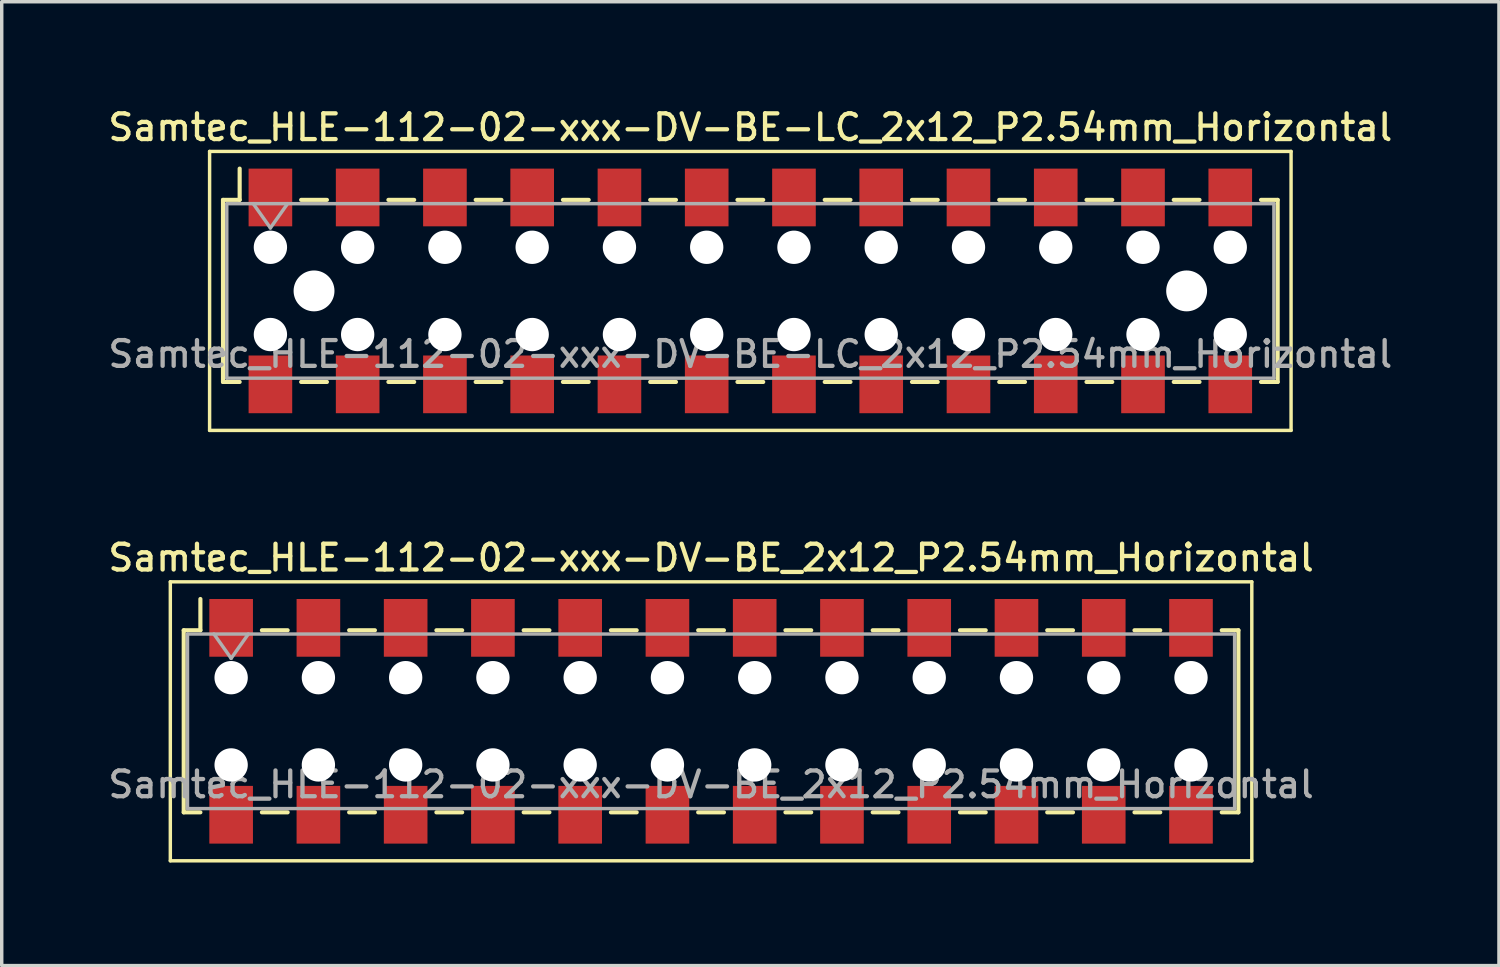
<source format=kicad_pcb>
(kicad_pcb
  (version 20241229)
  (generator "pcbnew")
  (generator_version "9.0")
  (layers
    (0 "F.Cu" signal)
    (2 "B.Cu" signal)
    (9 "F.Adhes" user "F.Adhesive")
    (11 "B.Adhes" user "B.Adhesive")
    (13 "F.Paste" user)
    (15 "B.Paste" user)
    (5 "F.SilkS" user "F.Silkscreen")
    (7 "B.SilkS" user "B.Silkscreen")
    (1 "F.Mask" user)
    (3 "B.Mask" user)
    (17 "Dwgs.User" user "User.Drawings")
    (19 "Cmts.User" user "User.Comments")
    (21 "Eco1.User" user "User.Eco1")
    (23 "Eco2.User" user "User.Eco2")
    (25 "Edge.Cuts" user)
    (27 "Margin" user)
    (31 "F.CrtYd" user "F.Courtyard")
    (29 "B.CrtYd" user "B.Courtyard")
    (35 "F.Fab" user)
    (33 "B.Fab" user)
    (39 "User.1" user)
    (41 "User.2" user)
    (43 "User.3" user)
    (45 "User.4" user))
  (footprint "Samtec_HLE-112-02-xxx-DV-BE-LC_2x12_P2.54mm_Horizontal"
    (layer "F.Cu")
    (at 18.791 5.418)
    (property "Reference" "Samtec_HLE-112-02-xxx-DV-BE-LC_2x12_P2.54mm_Horizontal" (at 0 -4.76 0) (layer "F.SilkS") (effects (font (size 0.75 0.75) (thickness 0.125))))
    (attr smd)
    (fp_line (start -15.74 -4.06) (end 15.74 -4.06) (stroke (width 0.1) (type solid)) (layer "F.SilkS"))
    (fp_line (start -15.74 4.06) (end -15.74 -4.06) (stroke (width 0.1) (type solid)) (layer "F.SilkS"))
    (fp_line (start -15.35 -2.65) (end -15.35 2.65) (stroke (width 0.12) (type solid)) (layer "F.SilkS"))
    (fp_line (start -15.35 2.65) (end -14.865 2.65) (stroke (width 0.12) (type solid)) (layer "F.SilkS"))
    (fp_line (start -14.865 -3.56) (end -14.865 -2.65) (stroke (width 0.12) (type solid)) (layer "F.SilkS"))
    (fp_line (start -14.865 -2.65) (end -15.35 -2.65) (stroke (width 0.12) (type solid)) (layer "F.SilkS"))
    (fp_line (start -13.075 -2.65) (end -12.325 -2.65) (stroke (width 0.12) (type solid)) (layer "F.SilkS"))
    (fp_line (start -13.075 2.65) (end -12.325 2.65) (stroke (width 0.12) (type solid)) (layer "F.SilkS"))
    (fp_line (start -10.535 -2.65) (end -9.785 -2.65) (stroke (width 0.12) (type solid)) (layer "F.SilkS"))
    (fp_line (start -10.535 2.65) (end -9.785 2.65) (stroke (width 0.12) (type solid)) (layer "F.SilkS"))
    (fp_line (start -7.995 -2.65) (end -7.245 -2.65) (stroke (width 0.12) (type solid)) (layer "F.SilkS"))
    (fp_line (start -7.995 2.65) (end -7.245 2.65) (stroke (width 0.12) (type solid)) (layer "F.SilkS"))
    (fp_line (start -5.455 -2.65) (end -4.705 -2.65) (stroke (width 0.12) (type solid)) (layer "F.SilkS"))
    (fp_line (start -5.455 2.65) (end -4.705 2.65) (stroke (width 0.12) (type solid)) (layer "F.SilkS"))
    (fp_line (start -2.915 -2.65) (end -2.165 -2.65) (stroke (width 0.12) (type solid)) (layer "F.SilkS"))
    (fp_line (start -2.915 2.65) (end -2.165 2.65) (stroke (width 0.12) (type solid)) (layer "F.SilkS"))
    (fp_line (start -0.375 -2.65) (end 0.375 -2.65) (stroke (width 0.12) (type solid)) (layer "F.SilkS"))
    (fp_line (start -0.375 2.65) (end 0.375 2.65) (stroke (width 0.12) (type solid)) (layer "F.SilkS"))
    (fp_line (start 2.165 -2.65) (end 2.915 -2.65) (stroke (width 0.12) (type solid)) (layer "F.SilkS"))
    (fp_line (start 2.165 2.65) (end 2.915 2.65) (stroke (width 0.12) (type solid)) (layer "F.SilkS"))
    (fp_line (start 4.705 -2.65) (end 5.455 -2.65) (stroke (width 0.12) (type solid)) (layer "F.SilkS"))
    (fp_line (start 4.705 2.65) (end 5.455 2.65) (stroke (width 0.12) (type solid)) (layer "F.SilkS"))
    (fp_line (start 7.245 -2.65) (end 7.995 -2.65) (stroke (width 0.12) (type solid)) (layer "F.SilkS"))
    (fp_line (start 7.245 2.65) (end 7.995 2.65) (stroke (width 0.12) (type solid)) (layer "F.SilkS"))
    (fp_line (start 9.785 -2.65) (end 10.535 -2.65) (stroke (width 0.12) (type solid)) (layer "F.SilkS"))
    (fp_line (start 9.785 2.65) (end 10.535 2.65) (stroke (width 0.12) (type solid)) (layer "F.SilkS"))
    (fp_line (start 12.325 -2.65) (end 13.075 -2.65) (stroke (width 0.12) (type solid)) (layer "F.SilkS"))
    (fp_line (start 12.325 2.65) (end 13.075 2.65) (stroke (width 0.12) (type solid)) (layer "F.SilkS"))
    (fp_line (start 14.865 -2.65) (end 15.35 -2.65) (stroke (width 0.12) (type solid)) (layer "F.SilkS"))
    (fp_line (start 15.35 -2.65) (end 15.35 2.65) (stroke (width 0.12) (type solid)) (layer "F.SilkS"))
    (fp_line (start 15.35 2.65) (end 14.865 2.65) (stroke (width 0.12) (type solid)) (layer "F.SilkS"))
    (fp_line (start 15.74 -4.06) (end 15.74 4.06) (stroke (width 0.1) (type solid)) (layer "F.SilkS"))
    (fp_line (start 15.74 4.06) (end -15.74 4.06) (stroke (width 0.1) (type solid)) (layer "F.SilkS"))
    (fp_line (start -15.24 -2.54) (end 15.24 -2.54) (stroke (width 0.1) (type solid)) (layer "F.Fab"))
    (fp_line (start -15.24 2.54) (end -15.24 -2.54) (stroke (width 0.1) (type solid)) (layer "F.Fab"))
    (fp_line (start -14.47 -2.54) (end -13.97 -1.833) (stroke (width 0.1) (type solid)) (layer "F.Fab"))
    (fp_line (start -13.97 -1.833) (end -13.47 -2.54) (stroke (width 0.1) (type solid)) (layer "F.Fab"))
    (fp_line (start 15.24 -2.54) (end 15.24 2.54) (stroke (width 0.1) (type solid)) (layer "F.Fab"))
    (fp_line (start 15.24 2.54) (end -15.24 2.54) (stroke (width 0.1) (type solid)) (layer "F.Fab"))
    (fp_text user "${REFERENCE}" (at 0 1.84 0) (layer "F.Fab") (effects (font (size 0.75 0.75) (thickness 0.125))))
    (pad "" np_thru_hole circle (at -13.97 -1.27) (size 0.97 0.97) (drill 0.97) (layers "*.Cu" "*.Mask"))
    (pad "" np_thru_hole circle (at -13.97 1.27) (size 0.97 0.97) (drill 0.97) (layers "*.Cu" "*.Mask"))
    (pad "" np_thru_hole circle (at -12.7 0) (size 1.19 1.19) (drill 1.19) (layers "*.Cu" "*.Mask"))
    (pad "" np_thru_hole circle (at -11.43 -1.27) (size 0.97 0.97) (drill 0.97) (layers "*.Cu" "*.Mask"))
    (pad "" np_thru_hole circle (at -11.43 1.27) (size 0.97 0.97) (drill 0.97) (layers "*.Cu" "*.Mask"))
    (pad "" np_thru_hole circle (at -8.89 -1.27) (size 0.97 0.97) (drill 0.97) (layers "*.Cu" "*.Mask"))
    (pad "" np_thru_hole circle (at -8.89 1.27) (size 0.97 0.97) (drill 0.97) (layers "*.Cu" "*.Mask"))
    (pad "" np_thru_hole circle (at -6.35 -1.27) (size 0.97 0.97) (drill 0.97) (layers "*.Cu" "*.Mask"))
    (pad "" np_thru_hole circle (at -6.35 1.27) (size 0.97 0.97) (drill 0.97) (layers "*.Cu" "*.Mask"))
    (pad "" np_thru_hole circle (at -3.81 -1.27) (size 0.97 0.97) (drill 0.97) (layers "*.Cu" "*.Mask"))
    (pad "" np_thru_hole circle (at -3.81 1.27) (size 0.97 0.97) (drill 0.97) (layers "*.Cu" "*.Mask"))
    (pad "" np_thru_hole circle (at -1.27 -1.27) (size 0.97 0.97) (drill 0.97) (layers "*.Cu" "*.Mask"))
    (pad "" np_thru_hole circle (at -1.27 1.27) (size 0.97 0.97) (drill 0.97) (layers "*.Cu" "*.Mask"))
    (pad "" np_thru_hole circle (at 1.27 -1.27) (size 0.97 0.97) (drill 0.97) (layers "*.Cu" "*.Mask"))
    (pad "" np_thru_hole circle (at 1.27 1.27) (size 0.97 0.97) (drill 0.97) (layers "*.Cu" "*.Mask"))
    (pad "" np_thru_hole circle (at 3.81 -1.27) (size 0.97 0.97) (drill 0.97) (layers "*.Cu" "*.Mask"))
    (pad "" np_thru_hole circle (at 3.81 1.27) (size 0.97 0.97) (drill 0.97) (layers "*.Cu" "*.Mask"))
    (pad "" np_thru_hole circle (at 6.35 -1.27) (size 0.97 0.97) (drill 0.97) (layers "*.Cu" "*.Mask"))
    (pad "" np_thru_hole circle (at 6.35 1.27) (size 0.97 0.97) (drill 0.97) (layers "*.Cu" "*.Mask"))
    (pad "" np_thru_hole circle (at 8.89 -1.27) (size 0.97 0.97) (drill 0.97) (layers "*.Cu" "*.Mask"))
    (pad "" np_thru_hole circle (at 8.89 1.27) (size 0.97 0.97) (drill 0.97) (layers "*.Cu" "*.Mask"))
    (pad "" np_thru_hole circle (at 11.43 -1.27) (size 0.97 0.97) (drill 0.97) (layers "*.Cu" "*.Mask"))
    (pad "" np_thru_hole circle (at 11.43 1.27) (size 0.97 0.97) (drill 0.97) (layers "*.Cu" "*.Mask"))
    (pad "" np_thru_hole circle (at 12.7 0) (size 1.19 1.19) (drill 1.19) (layers "*.Cu" "*.Mask"))
    (pad "" np_thru_hole circle (at 13.97 -1.27) (size 0.97 0.97) (drill 0.97) (layers "*.Cu" "*.Mask"))
    (pad "" np_thru_hole circle (at 13.97 1.27) (size 0.97 0.97) (drill 0.97) (layers "*.Cu" "*.Mask"))
    (pad "1" smd rect (at -13.97 -2.72) (size 1.27 1.68) (layers "F.Cu" "F.Mask" "F.Paste"))
    (pad "2" smd rect (at -13.97 2.72) (size 1.27 1.68) (layers "F.Cu" "F.Mask" "F.Paste"))
    (pad "3" smd rect (at -11.43 -2.72) (size 1.27 1.68) (layers "F.Cu" "F.Mask" "F.Paste"))
    (pad "4" smd rect (at -11.43 2.72) (size 1.27 1.68) (layers "F.Cu" "F.Mask" "F.Paste"))
    (pad "5" smd rect (at -8.89 -2.72) (size 1.27 1.68) (layers "F.Cu" "F.Mask" "F.Paste"))
    (pad "6" smd rect (at -8.89 2.72) (size 1.27 1.68) (layers "F.Cu" "F.Mask" "F.Paste"))
    (pad "7" smd rect (at -6.35 -2.72) (size 1.27 1.68) (layers "F.Cu" "F.Mask" "F.Paste"))
    (pad "8" smd rect (at -6.35 2.72) (size 1.27 1.68) (layers "F.Cu" "F.Mask" "F.Paste"))
    (pad "9" smd rect (at -3.81 -2.72) (size 1.27 1.68) (layers "F.Cu" "F.Mask" "F.Paste"))
    (pad "10" smd rect (at -3.81 2.72) (size 1.27 1.68) (layers "F.Cu" "F.Mask" "F.Paste"))
    (pad "11" smd rect (at -1.27 -2.72) (size 1.27 1.68) (layers "F.Cu" "F.Mask" "F.Paste"))
    (pad "12" smd rect (at -1.27 2.72) (size 1.27 1.68) (layers "F.Cu" "F.Mask" "F.Paste"))
    (pad "13" smd rect (at 1.27 -2.72) (size 1.27 1.68) (layers "F.Cu" "F.Mask" "F.Paste"))
    (pad "14" smd rect (at 1.27 2.72) (size 1.27 1.68) (layers "F.Cu" "F.Mask" "F.Paste"))
    (pad "15" smd rect (at 3.81 -2.72) (size 1.27 1.68) (layers "F.Cu" "F.Mask" "F.Paste"))
    (pad "16" smd rect (at 3.81 2.72) (size 1.27 1.68) (layers "F.Cu" "F.Mask" "F.Paste"))
    (pad "17" smd rect (at 6.35 -2.72) (size 1.27 1.68) (layers "F.Cu" "F.Mask" "F.Paste"))
    (pad "18" smd rect (at 6.35 2.72) (size 1.27 1.68) (layers "F.Cu" "F.Mask" "F.Paste"))
    (pad "19" smd rect (at 8.89 -2.72) (size 1.27 1.68) (layers "F.Cu" "F.Mask" "F.Paste"))
    (pad "20" smd rect (at 8.89 2.72) (size 1.27 1.68) (layers "F.Cu" "F.Mask" "F.Paste"))
    (pad "21" smd rect (at 11.43 -2.72) (size 1.27 1.68) (layers "F.Cu" "F.Mask" "F.Paste"))
    (pad "22" smd rect (at 11.43 2.72) (size 1.27 1.68) (layers "F.Cu" "F.Mask" "F.Paste"))
    (pad "23" smd rect (at 13.97 -2.72) (size 1.27 1.68) (layers "F.Cu" "F.Mask" "F.Paste"))
    (pad "24" smd rect (at 13.97 2.72) (size 1.27 1.68) (layers "F.Cu" "F.Mask" "F.Paste")))
  (footprint "Samtec_HLE-112-02-xxx-DV-BE_2x12_P2.54mm_Horizontal"
    (layer "F.Cu")
    (at 17.648 17.946)
    (property "Reference" "Samtec_HLE-112-02-xxx-DV-BE_2x12_P2.54mm_Horizontal" (at 0 -4.76 0) (layer "F.SilkS") (effects (font (size 0.75 0.75) (thickness 0.125))))
    (attr smd)
    (fp_line (start -15.74 -4.06) (end 15.74 -4.06) (stroke (width 0.1) (type solid)) (layer "F.SilkS"))
    (fp_line (start -15.74 4.06) (end -15.74 -4.06) (stroke (width 0.1) (type solid)) (layer "F.SilkS"))
    (fp_line (start -15.35 -2.65) (end -15.35 2.65) (stroke (width 0.12) (type solid)) (layer "F.SilkS"))
    (fp_line (start -15.35 2.65) (end -14.865 2.65) (stroke (width 0.12) (type solid)) (layer "F.SilkS"))
    (fp_line (start -14.865 -3.56) (end -14.865 -2.65) (stroke (width 0.12) (type solid)) (layer "F.SilkS"))
    (fp_line (start -14.865 -2.65) (end -15.35 -2.65) (stroke (width 0.12) (type solid)) (layer "F.SilkS"))
    (fp_line (start -13.075 -2.65) (end -12.325 -2.65) (stroke (width 0.12) (type solid)) (layer "F.SilkS"))
    (fp_line (start -13.075 2.65) (end -12.325 2.65) (stroke (width 0.12) (type solid)) (layer "F.SilkS"))
    (fp_line (start -10.535 -2.65) (end -9.785 -2.65) (stroke (width 0.12) (type solid)) (layer "F.SilkS"))
    (fp_line (start -10.535 2.65) (end -9.785 2.65) (stroke (width 0.12) (type solid)) (layer "F.SilkS"))
    (fp_line (start -7.995 -2.65) (end -7.245 -2.65) (stroke (width 0.12) (type solid)) (layer "F.SilkS"))
    (fp_line (start -7.995 2.65) (end -7.245 2.65) (stroke (width 0.12) (type solid)) (layer "F.SilkS"))
    (fp_line (start -5.455 -2.65) (end -4.705 -2.65) (stroke (width 0.12) (type solid)) (layer "F.SilkS"))
    (fp_line (start -5.455 2.65) (end -4.705 2.65) (stroke (width 0.12) (type solid)) (layer "F.SilkS"))
    (fp_line (start -2.915 -2.65) (end -2.165 -2.65) (stroke (width 0.12) (type solid)) (layer "F.SilkS"))
    (fp_line (start -2.915 2.65) (end -2.165 2.65) (stroke (width 0.12) (type solid)) (layer "F.SilkS"))
    (fp_line (start -0.375 -2.65) (end 0.375 -2.65) (stroke (width 0.12) (type solid)) (layer "F.SilkS"))
    (fp_line (start -0.375 2.65) (end 0.375 2.65) (stroke (width 0.12) (type solid)) (layer "F.SilkS"))
    (fp_line (start 2.165 -2.65) (end 2.915 -2.65) (stroke (width 0.12) (type solid)) (layer "F.SilkS"))
    (fp_line (start 2.165 2.65) (end 2.915 2.65) (stroke (width 0.12) (type solid)) (layer "F.SilkS"))
    (fp_line (start 4.705 -2.65) (end 5.455 -2.65) (stroke (width 0.12) (type solid)) (layer "F.SilkS"))
    (fp_line (start 4.705 2.65) (end 5.455 2.65) (stroke (width 0.12) (type solid)) (layer "F.SilkS"))
    (fp_line (start 7.245 -2.65) (end 7.995 -2.65) (stroke (width 0.12) (type solid)) (layer "F.SilkS"))
    (fp_line (start 7.245 2.65) (end 7.995 2.65) (stroke (width 0.12) (type solid)) (layer "F.SilkS"))
    (fp_line (start 9.785 -2.65) (end 10.535 -2.65) (stroke (width 0.12) (type solid)) (layer "F.SilkS"))
    (fp_line (start 9.785 2.65) (end 10.535 2.65) (stroke (width 0.12) (type solid)) (layer "F.SilkS"))
    (fp_line (start 12.325 -2.65) (end 13.075 -2.65) (stroke (width 0.12) (type solid)) (layer "F.SilkS"))
    (fp_line (start 12.325 2.65) (end 13.075 2.65) (stroke (width 0.12) (type solid)) (layer "F.SilkS"))
    (fp_line (start 14.865 -2.65) (end 15.35 -2.65) (stroke (width 0.12) (type solid)) (layer "F.SilkS"))
    (fp_line (start 15.35 -2.65) (end 15.35 2.65) (stroke (width 0.12) (type solid)) (layer "F.SilkS"))
    (fp_line (start 15.35 2.65) (end 14.865 2.65) (stroke (width 0.12) (type solid)) (layer "F.SilkS"))
    (fp_line (start 15.74 -4.06) (end 15.74 4.06) (stroke (width 0.1) (type solid)) (layer "F.SilkS"))
    (fp_line (start 15.74 4.06) (end -15.74 4.06) (stroke (width 0.1) (type solid)) (layer "F.SilkS"))
    (fp_line (start -15.24 -2.54) (end 15.24 -2.54) (stroke (width 0.1) (type solid)) (layer "F.Fab"))
    (fp_line (start -15.24 2.54) (end -15.24 -2.54) (stroke (width 0.1) (type solid)) (layer "F.Fab"))
    (fp_line (start -14.47 -2.54) (end -13.97 -1.833) (stroke (width 0.1) (type solid)) (layer "F.Fab"))
    (fp_line (start -13.97 -1.833) (end -13.47 -2.54) (stroke (width 0.1) (type solid)) (layer "F.Fab"))
    (fp_line (start 15.24 -2.54) (end 15.24 2.54) (stroke (width 0.1) (type solid)) (layer "F.Fab"))
    (fp_line (start 15.24 2.54) (end -15.24 2.54) (stroke (width 0.1) (type solid)) (layer "F.Fab"))
    (fp_text user "${REFERENCE}" (at 0 1.84 0) (layer "F.Fab") (effects (font (size 0.75 0.75) (thickness 0.125))))
    (pad "" np_thru_hole circle (at -13.97 -1.27) (size 0.97 0.97) (drill 0.97) (layers "*.Cu" "*.Mask"))
    (pad "" np_thru_hole circle (at -13.97 1.27) (size 0.97 0.97) (drill 0.97) (layers "*.Cu" "*.Mask"))
    (pad "" np_thru_hole circle (at -11.43 -1.27) (size 0.97 0.97) (drill 0.97) (layers "*.Cu" "*.Mask"))
    (pad "" np_thru_hole circle (at -11.43 1.27) (size 0.97 0.97) (drill 0.97) (layers "*.Cu" "*.Mask"))
    (pad "" np_thru_hole circle (at -8.89 -1.27) (size 0.97 0.97) (drill 0.97) (layers "*.Cu" "*.Mask"))
    (pad "" np_thru_hole circle (at -8.89 1.27) (size 0.97 0.97) (drill 0.97) (layers "*.Cu" "*.Mask"))
    (pad "" np_thru_hole circle (at -6.35 -1.27) (size 0.97 0.97) (drill 0.97) (layers "*.Cu" "*.Mask"))
    (pad "" np_thru_hole circle (at -6.35 1.27) (size 0.97 0.97) (drill 0.97) (layers "*.Cu" "*.Mask"))
    (pad "" np_thru_hole circle (at -3.81 -1.27) (size 0.97 0.97) (drill 0.97) (layers "*.Cu" "*.Mask"))
    (pad "" np_thru_hole circle (at -3.81 1.27) (size 0.97 0.97) (drill 0.97) (layers "*.Cu" "*.Mask"))
    (pad "" np_thru_hole circle (at -1.27 -1.27) (size 0.97 0.97) (drill 0.97) (layers "*.Cu" "*.Mask"))
    (pad "" np_thru_hole circle (at -1.27 1.27) (size 0.97 0.97) (drill 0.97) (layers "*.Cu" "*.Mask"))
    (pad "" np_thru_hole circle (at 1.27 -1.27) (size 0.97 0.97) (drill 0.97) (layers "*.Cu" "*.Mask"))
    (pad "" np_thru_hole circle (at 1.27 1.27) (size 0.97 0.97) (drill 0.97) (layers "*.Cu" "*.Mask"))
    (pad "" np_thru_hole circle (at 3.81 -1.27) (size 0.97 0.97) (drill 0.97) (layers "*.Cu" "*.Mask"))
    (pad "" np_thru_hole circle (at 3.81 1.27) (size 0.97 0.97) (drill 0.97) (layers "*.Cu" "*.Mask"))
    (pad "" np_thru_hole circle (at 6.35 -1.27) (size 0.97 0.97) (drill 0.97) (layers "*.Cu" "*.Mask"))
    (pad "" np_thru_hole circle (at 6.35 1.27) (size 0.97 0.97) (drill 0.97) (layers "*.Cu" "*.Mask"))
    (pad "" np_thru_hole circle (at 8.89 -1.27) (size 0.97 0.97) (drill 0.97) (layers "*.Cu" "*.Mask"))
    (pad "" np_thru_hole circle (at 8.89 1.27) (size 0.97 0.97) (drill 0.97) (layers "*.Cu" "*.Mask"))
    (pad "" np_thru_hole circle (at 11.43 -1.27) (size 0.97 0.97) (drill 0.97) (layers "*.Cu" "*.Mask"))
    (pad "" np_thru_hole circle (at 11.43 1.27) (size 0.97 0.97) (drill 0.97) (layers "*.Cu" "*.Mask"))
    (pad "" np_thru_hole circle (at 13.97 -1.27) (size 0.97 0.97) (drill 0.97) (layers "*.Cu" "*.Mask"))
    (pad "" np_thru_hole circle (at 13.97 1.27) (size 0.97 0.97) (drill 0.97) (layers "*.Cu" "*.Mask"))
    (pad "1" smd rect (at -13.97 -2.72) (size 1.27 1.68) (layers "F.Cu" "F.Mask" "F.Paste"))
    (pad "2" smd rect (at -13.97 2.72) (size 1.27 1.68) (layers "F.Cu" "F.Mask" "F.Paste"))
    (pad "3" smd rect (at -11.43 -2.72) (size 1.27 1.68) (layers "F.Cu" "F.Mask" "F.Paste"))
    (pad "4" smd rect (at -11.43 2.72) (size 1.27 1.68) (layers "F.Cu" "F.Mask" "F.Paste"))
    (pad "5" smd rect (at -8.89 -2.72) (size 1.27 1.68) (layers "F.Cu" "F.Mask" "F.Paste"))
    (pad "6" smd rect (at -8.89 2.72) (size 1.27 1.68) (layers "F.Cu" "F.Mask" "F.Paste"))
    (pad "7" smd rect (at -6.35 -2.72) (size 1.27 1.68) (layers "F.Cu" "F.Mask" "F.Paste"))
    (pad "8" smd rect (at -6.35 2.72) (size 1.27 1.68) (layers "F.Cu" "F.Mask" "F.Paste"))
    (pad "9" smd rect (at -3.81 -2.72) (size 1.27 1.68) (layers "F.Cu" "F.Mask" "F.Paste"))
    (pad "10" smd rect (at -3.81 2.72) (size 1.27 1.68) (layers "F.Cu" "F.Mask" "F.Paste"))
    (pad "11" smd rect (at -1.27 -2.72) (size 1.27 1.68) (layers "F.Cu" "F.Mask" "F.Paste"))
    (pad "12" smd rect (at -1.27 2.72) (size 1.27 1.68) (layers "F.Cu" "F.Mask" "F.Paste"))
    (pad "13" smd rect (at 1.27 -2.72) (size 1.27 1.68) (layers "F.Cu" "F.Mask" "F.Paste"))
    (pad "14" smd rect (at 1.27 2.72) (size 1.27 1.68) (layers "F.Cu" "F.Mask" "F.Paste"))
    (pad "15" smd rect (at 3.81 -2.72) (size 1.27 1.68) (layers "F.Cu" "F.Mask" "F.Paste"))
    (pad "16" smd rect (at 3.81 2.72) (size 1.27 1.68) (layers "F.Cu" "F.Mask" "F.Paste"))
    (pad "17" smd rect (at 6.35 -2.72) (size 1.27 1.68) (layers "F.Cu" "F.Mask" "F.Paste"))
    (pad "18" smd rect (at 6.35 2.72) (size 1.27 1.68) (layers "F.Cu" "F.Mask" "F.Paste"))
    (pad "19" smd rect (at 8.89 -2.72) (size 1.27 1.68) (layers "F.Cu" "F.Mask" "F.Paste"))
    (pad "20" smd rect (at 8.89 2.72) (size 1.27 1.68) (layers "F.Cu" "F.Mask" "F.Paste"))
    (pad "21" smd rect (at 11.43 -2.72) (size 1.27 1.68) (layers "F.Cu" "F.Mask" "F.Paste"))
    (pad "22" smd rect (at 11.43 2.72) (size 1.27 1.68) (layers "F.Cu" "F.Mask" "F.Paste"))
    (pad "23" smd rect (at 13.97 -2.72) (size 1.27 1.68) (layers "F.Cu" "F.Mask" "F.Paste"))
    (pad "24" smd rect (at 13.97 2.72) (size 1.27 1.68) (layers "F.Cu" "F.Mask" "F.Paste")))
  (gr_rect
    (start -3 -3)
    (end 40.582 25.056)
    (stroke (width 0.1) (type default))
    (fill no)
    (layer "Edge.Cuts")))
</source>
